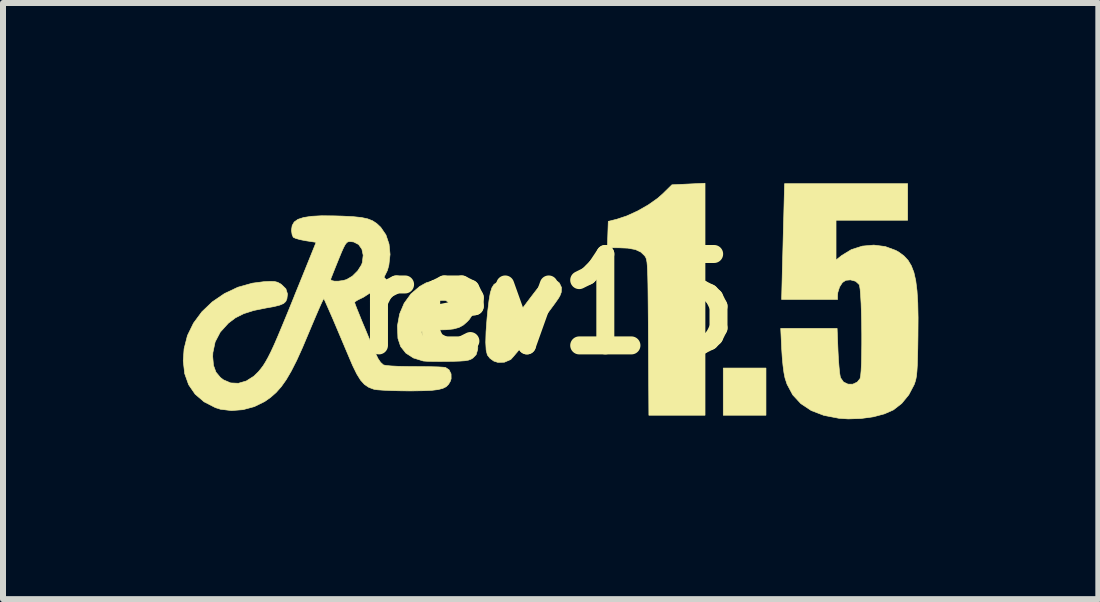
<source format=kicad_pcb>
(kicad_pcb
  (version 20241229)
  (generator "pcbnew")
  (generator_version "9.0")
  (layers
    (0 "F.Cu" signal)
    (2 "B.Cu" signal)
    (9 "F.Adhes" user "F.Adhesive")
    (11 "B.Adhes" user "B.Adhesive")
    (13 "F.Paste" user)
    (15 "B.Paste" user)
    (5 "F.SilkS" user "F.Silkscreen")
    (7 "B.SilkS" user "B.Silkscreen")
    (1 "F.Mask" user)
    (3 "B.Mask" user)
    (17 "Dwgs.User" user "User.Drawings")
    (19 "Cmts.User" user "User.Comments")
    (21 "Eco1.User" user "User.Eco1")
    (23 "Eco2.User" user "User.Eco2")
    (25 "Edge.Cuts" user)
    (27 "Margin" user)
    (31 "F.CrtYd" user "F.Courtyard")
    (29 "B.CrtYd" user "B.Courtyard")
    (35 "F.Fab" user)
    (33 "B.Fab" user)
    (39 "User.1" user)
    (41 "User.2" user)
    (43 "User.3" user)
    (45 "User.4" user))
  (footprint "rev15"
    (layer "F.Cu")
    (at 6.062 2.019)
    (property "Reference" "rev15" (at 0 0 0) (layer "F.SilkS") (effects (font (size 1.524 1.524) (thickness 0.3))))
    (attr through_hole)
    (fp_poly (pts (xy 3.658 1.854) (xy 2.946 1.854) (xy 2.946 1.067) (xy 3.658 1.067) (xy 3.658 1.854)) (stroke (width 0.01) (type solid)) (fill yes) (layer "F.SilkS"))
    (fp_poly (pts (xy 2.642 1.854) (xy 1.706 1.854) (xy 1.698 0.561) (xy 1.696 0.271) (xy 1.694 0.028) (xy 1.692 -0.173) (xy 1.69 -0.336) (xy 1.687 -0.466) (xy 1.683 -0.567) (xy 1.679 -0.643) (xy 1.674 -0.698) (xy 1.667 -0.738) (xy 1.659 -0.765) (xy 1.649 -0.786) (xy 1.637 -0.803) (xy 1.636 -0.805) (xy 1.571 -0.867) (xy 1.481 -0.909) (xy 1.356 -0.932) (xy 1.212 -0.938) (xy 1.014 -0.94) (xy 1.029 -1.379) (xy 1.168 -1.413) (xy 1.337 -1.469) (xy 1.519 -1.552) (xy 1.696 -1.653) (xy 1.852 -1.763) (xy 1.935 -1.836) (xy 2.09 -1.988) (xy 2.366 -2.001) (xy 2.642 -2.014) (xy 2.642 1.854)) (stroke (width 0.01) (type solid)) (fill yes) (layer "F.SilkS"))
    (fp_poly (pts (xy 0.176 -0.382) (xy 0.214 -0.35) (xy 0.249 -0.276) (xy 0.245 -0.196) (xy 0.222 -0.136) (xy 0.197 -0.094) (xy 0.146 -0.021) (xy 0.074 0.077) (xy -0.013 0.193) (xy -0.11 0.32) (xy -0.211 0.451) (xy -0.311 0.578) (xy -0.404 0.696) (xy -0.486 0.796) (xy -0.55 0.872) (xy -0.591 0.918) (xy -0.601 0.926) (xy -0.704 0.97) (xy -0.814 0.972) (xy -0.879 0.951) (xy -0.943 0.905) (xy -0.987 0.849) (xy -0.987 0.848) (xy -1.007 0.768) (xy -1.014 0.639) (xy -1.009 0.462) (xy -0.992 0.235) (xy -0.979 0.104) (xy -0.959 -0.063) (xy -0.938 -0.186) (xy -0.911 -0.272) (xy -0.876 -0.327) (xy -0.829 -0.359) (xy -0.767 -0.374) (xy -0.744 -0.376) (xy -0.664 -0.376) (xy -0.611 -0.357) (xy -0.579 -0.312) (xy -0.565 -0.235) (xy -0.566 -0.117) (xy -0.57 -0.053) (xy -0.579 0.063) (xy -0.588 0.167) (xy -0.597 0.244) (xy -0.601 0.267) (xy -0.606 0.299) (xy -0.606 0.317) (xy -0.597 0.318) (xy -0.575 0.296) (xy -0.535 0.248) (xy -0.476 0.17) (xy -0.391 0.058) (xy -0.329 -0.025) (xy -0.244 -0.137) (xy -0.168 -0.236) (xy -0.106 -0.314) (xy -0.064 -0.362) (xy -0.052 -0.374) (xy 0.017 -0.403) (xy 0.1 -0.405) (xy 0.176 -0.382)) (stroke (width 0.01) (type solid)) (fill yes) (layer "F.SilkS"))
    (fp_poly (pts (xy -1.552 -0.384) (xy -1.417 -0.33) (xy -1.309 -0.247) (xy -1.274 -0.203) (xy -1.24 -0.143) (xy -1.224 -0.081) (xy -1.222 0.002) (xy -1.225 0.044) (xy -1.234 0.139) (xy -1.252 0.202) (xy -1.288 0.256) (xy -1.321 0.292) (xy -1.387 0.35) (xy -1.46 0.39) (xy -1.551 0.415) (xy -1.671 0.428) (xy -1.831 0.432) (xy -1.835 0.432) (xy -1.953 0.433) (xy -2.028 0.438) (xy -2.068 0.448) (xy -2.082 0.464) (xy -2.083 0.468) (xy -2.072 0.511) (xy -2.037 0.542) (xy -1.972 0.564) (xy -1.871 0.577) (xy -1.728 0.583) (xy -1.613 0.584) (xy -1.445 0.586) (xy -1.321 0.593) (xy -1.236 0.608) (xy -1.182 0.632) (xy -1.155 0.669) (xy -1.146 0.72) (xy -1.148 0.756) (xy -1.174 0.844) (xy -1.227 0.899) (xy -1.261 0.92) (xy -1.302 0.935) (xy -1.359 0.945) (xy -1.443 0.951) (xy -1.562 0.955) (xy -1.646 0.956) (xy -1.779 0.957) (xy -1.899 0.956) (xy -1.993 0.954) (xy -2.051 0.95) (xy -2.057 0.949) (xy -2.22 0.899) (xy -2.346 0.817) (xy -2.433 0.707) (xy -2.478 0.572) (xy -2.478 0.571) (xy -2.486 0.364) (xy -2.45 0.167) (xy -2.436 0.133) (xy -2.012 0.133) (xy -1.832 0.123) (xy -1.738 0.114) (xy -1.664 0.1) (xy -1.624 0.085) (xy -1.624 0.084) (xy -1.606 0.037) (xy -1.624 -0.016) (xy -1.672 -0.055) (xy -1.69 -0.061) (xy -1.775 -0.06) (xy -1.867 -0.025) (xy -1.944 0.036) (xy -1.966 0.063) (xy -2.012 0.133) (xy -2.436 0.133) (xy -2.374 -0.013) (xy -2.261 -0.169) (xy -2.115 -0.294) (xy -2.007 -0.354) (xy -1.858 -0.399) (xy -1.703 -0.408) (xy -1.552 -0.384)) (stroke (width 0.01) (type solid)) (fill yes) (layer "F.SilkS"))
    (fp_poly (pts (xy 6.02 -1.397) (xy 4.826 -1.397) (xy 4.826 -0.734) (xy 4.921 -0.81) (xy 5.082 -0.908) (xy 5.264 -0.966) (xy 5.456 -0.983) (xy 5.646 -0.959) (xy 5.823 -0.894) (xy 5.877 -0.863) (xy 5.959 -0.802) (xy 6.027 -0.729) (xy 6.081 -0.639) (xy 6.124 -0.528) (xy 6.155 -0.39) (xy 6.176 -0.222) (xy 6.189 -0.017) (xy 6.194 0.228) (xy 6.192 0.519) (xy 6.192 0.528) (xy 6.189 0.734) (xy 6.185 0.896) (xy 6.181 1.022) (xy 6.175 1.118) (xy 6.168 1.191) (xy 6.158 1.248) (xy 6.145 1.296) (xy 6.129 1.342) (xy 6.126 1.348) (xy 6.039 1.513) (xy 5.922 1.656) (xy 5.785 1.763) (xy 5.782 1.765) (xy 5.632 1.831) (xy 5.448 1.88) (xy 5.242 1.908) (xy 5.028 1.915) (xy 4.871 1.904) (xy 4.623 1.856) (xy 4.412 1.775) (xy 4.239 1.66) (xy 4.104 1.514) (xy 4.009 1.336) (xy 3.975 1.232) (xy 3.958 1.146) (xy 3.942 1.026) (xy 3.929 0.887) (xy 3.92 0.745) (xy 3.92 0.743) (xy 3.904 0.406) (xy 4.844 0.406) (xy 4.859 0.783) (xy 4.866 0.921) (xy 4.876 1.047) (xy 4.886 1.148) (xy 4.897 1.214) (xy 4.9 1.227) (xy 4.95 1.299) (xy 5.024 1.335) (xy 5.105 1.336) (xy 5.18 1.301) (xy 5.226 1.244) (xy 5.236 1.199) (xy 5.244 1.111) (xy 5.25 0.989) (xy 5.253 0.841) (xy 5.255 0.675) (xy 5.255 0.499) (xy 5.253 0.321) (xy 5.249 0.149) (xy 5.244 -0.007) (xy 5.236 -0.142) (xy 5.228 -0.245) (xy 5.218 -0.309) (xy 5.213 -0.324) (xy 5.153 -0.38) (xy 5.067 -0.403) (xy 4.989 -0.396) (xy 4.932 -0.358) (xy 4.885 -0.285) (xy 4.856 -0.194) (xy 4.851 -0.141) (xy 4.851 -0.076) (xy 3.919 -0.076) (xy 3.928 -0.438) (xy 3.931 -0.575) (xy 3.936 -0.748) (xy 3.941 -0.944) (xy 3.946 -1.15) (xy 3.951 -1.351) (xy 3.953 -1.403) (xy 3.968 -2.007) (xy 6.02 -2.007) (xy 6.02 -1.397)) (stroke (width 0.01) (type solid)) (fill yes) (layer "F.SilkS"))
    (fp_poly (pts (xy -3.536 -1.47) (xy -3.4 -1.466) (xy -3.224 -1.457) (xy -3.088 -1.443) (xy -2.984 -1.421) (xy -2.902 -1.389) (xy -2.833 -1.344) (xy -2.768 -1.283) (xy -2.764 -1.279) (xy -2.678 -1.153) (xy -2.626 -0.999) (xy -2.609 -0.828) (xy -2.629 -0.649) (xy -2.653 -0.562) (xy -2.718 -0.43) (xy -2.816 -0.301) (xy -2.936 -0.189) (xy -3.061 -0.109) (xy -3.073 -0.104) (xy -3.143 -0.07) (xy -3.19 -0.041) (xy -3.2 -0.027) (xy -3.191 0.003) (xy -3.165 0.071) (xy -3.126 0.167) (xy -3.079 0.284) (xy -3.025 0.412) (xy -2.971 0.542) (xy -2.918 0.666) (xy -2.871 0.775) (xy -2.833 0.86) (xy -2.809 0.91) (xy -2.767 0.972) (xy -2.721 1.014) (xy -2.719 1.015) (xy -2.677 1.024) (xy -2.592 1.032) (xy -2.471 1.038) (xy -2.323 1.041) (xy -2.205 1.042) (xy -2.053 1.043) (xy -1.915 1.045) (xy -1.802 1.048) (xy -1.721 1.053) (xy -1.685 1.057) (xy -1.626 1.096) (xy -1.592 1.165) (xy -1.591 1.246) (xy -1.604 1.287) (xy -1.634 1.338) (xy -1.674 1.378) (xy -1.73 1.406) (xy -1.808 1.426) (xy -1.916 1.439) (xy -2.061 1.445) (xy -2.247 1.448) (xy -2.299 1.448) (xy -2.457 1.446) (xy -2.604 1.442) (xy -2.731 1.436) (xy -2.825 1.429) (xy -2.877 1.421) (xy -2.963 1.389) (xy -3.035 1.341) (xy -3.1 1.269) (xy -3.164 1.166) (xy -3.233 1.025) (xy -3.277 0.922) (xy -3.355 0.738) (xy -3.431 0.558) (xy -3.503 0.388) (xy -3.568 0.235) (xy -3.625 0.105) (xy -3.67 0.003) (xy -3.7 -0.064) (xy -3.714 -0.09) (xy -3.726 -0.071) (xy -3.755 -0.011) (xy -3.797 0.084) (xy -3.85 0.207) (xy -3.912 0.353) (xy -3.962 0.472) (xy -4.07 0.728) (xy -4.167 0.942) (xy -4.256 1.117) (xy -4.34 1.261) (xy -4.423 1.378) (xy -4.508 1.474) (xy -4.6 1.555) (xy -4.699 1.625) (xy -4.872 1.71) (xy -5.061 1.761) (xy -5.254 1.776) (xy -5.436 1.754) (xy -5.521 1.727) (xy -5.71 1.63) (xy -5.859 1.502) (xy -5.967 1.345) (xy -6.033 1.16) (xy -6.057 0.948) (xy -6.043 0.746) (xy -5.987 0.525) (xy -5.886 0.318) (xy -5.746 0.129) (xy -5.573 -0.036) (xy -5.371 -0.174) (xy -5.147 -0.28) (xy -4.905 -0.348) (xy -4.712 -0.373) (xy -4.606 -0.378) (xy -4.536 -0.376) (xy -4.484 -0.363) (xy -4.436 -0.337) (xy -4.42 -0.326) (xy -4.346 -0.254) (xy -4.319 -0.168) (xy -4.329 -0.087) (xy -4.348 -0.043) (xy -4.385 -0.009) (xy -4.449 0.018) (xy -4.548 0.043) (xy -4.673 0.065) (xy -4.881 0.107) (xy -5.048 0.16) (xy -5.186 0.229) (xy -5.305 0.319) (xy -5.306 0.32) (xy -5.44 0.468) (xy -5.525 0.63) (xy -5.563 0.81) (xy -5.566 0.875) (xy -5.553 1.022) (xy -5.512 1.135) (xy -5.438 1.224) (xy -5.386 1.264) (xy -5.267 1.315) (xy -5.138 1.321) (xy -5.006 1.283) (xy -4.88 1.203) (xy -4.805 1.13) (xy -4.763 1.079) (xy -4.723 1.026) (xy -4.684 0.963) (xy -4.642 0.888) (xy -4.595 0.795) (xy -4.541 0.678) (xy -4.479 0.535) (xy -4.405 0.358) (xy -4.317 0.145) (xy -4.213 -0.111) (xy -4.202 -0.14) (xy -4.091 -0.413) (xy -3.6 -0.413) (xy -3.587 -0.393) (xy -3.539 -0.382) (xy -3.469 -0.382) (xy -3.393 -0.392) (xy -3.335 -0.408) (xy -3.238 -0.465) (xy -3.149 -0.553) (xy -3.086 -0.652) (xy -3.071 -0.693) (xy -3.057 -0.814) (xy -3.079 -0.916) (xy -3.134 -0.993) (xy -3.215 -1.035) (xy -3.266 -1.041) (xy -3.292 -1.041) (xy -3.314 -1.036) (xy -3.334 -1.021) (xy -3.357 -0.991) (xy -3.384 -0.941) (xy -3.418 -0.865) (xy -3.462 -0.758) (xy -3.52 -0.615) (xy -3.593 -0.431) (xy -3.6 -0.413) (xy -4.091 -0.413) (xy -3.842 -1.029) (xy -4.018 -1.056) (xy -4.11 -1.074) (xy -4.183 -1.095) (xy -4.222 -1.113) (xy -4.223 -1.114) (xy -4.242 -1.157) (xy -4.252 -1.225) (xy -4.252 -1.235) (xy -4.241 -1.309) (xy -4.207 -1.368) (xy -4.145 -1.412) (xy -4.05 -1.443) (xy -3.92 -1.463) (xy -3.75 -1.472) (xy -3.536 -1.47)) (stroke (width 0.01) (type solid)) (fill yes) (layer "F.SilkS")))
  (gr_rect
    (start -3 -3)
    (end 15.261 6.938)
    (stroke (width 0.1) (type default))
    (fill no)
    (layer "Edge.Cuts")))
</source>
